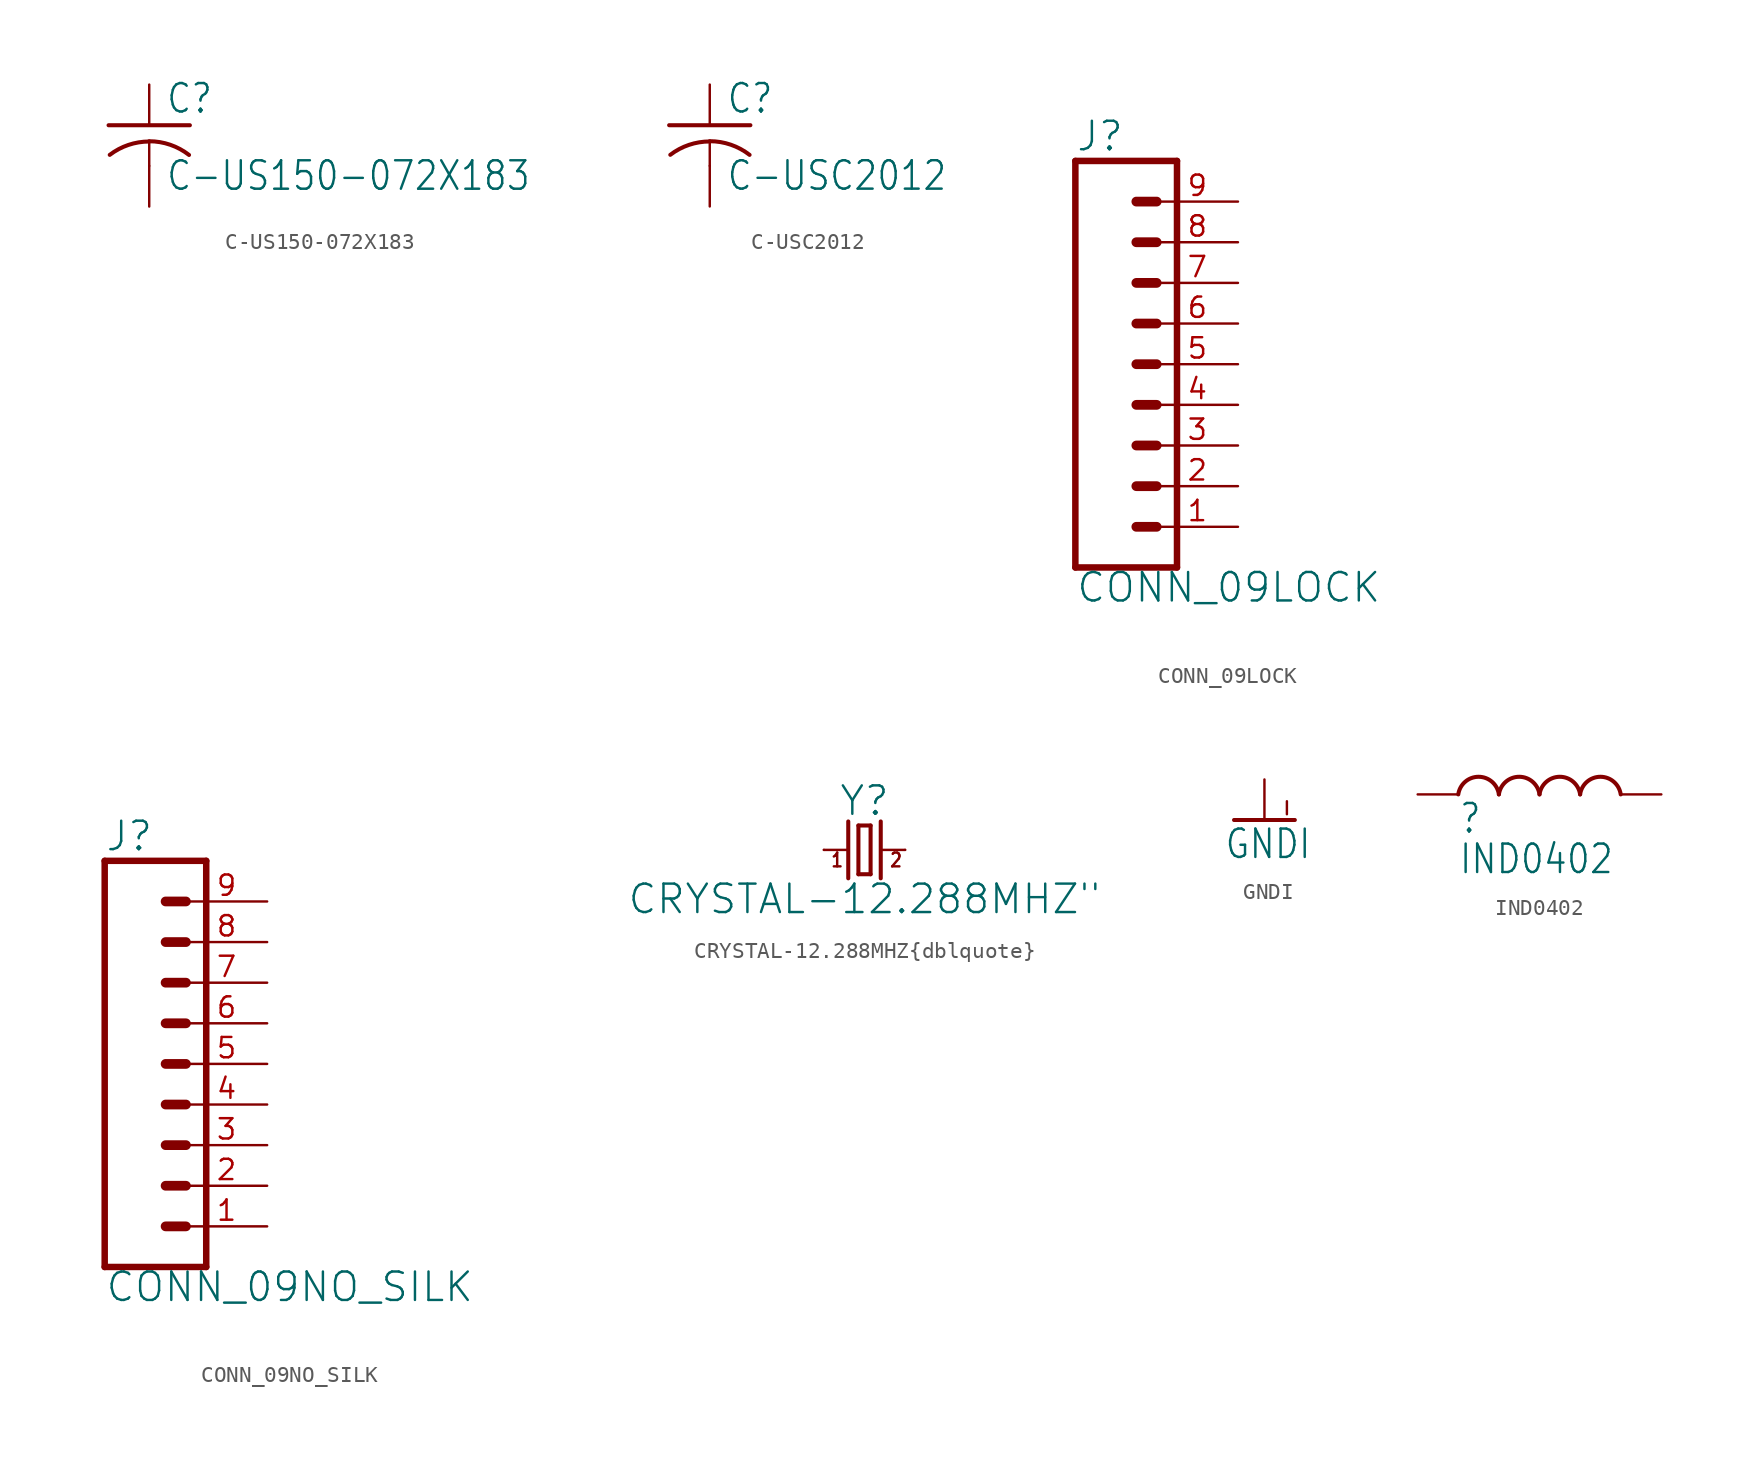
<source format=kicad_sym>
(kicad_symbol_lib
  (version 20220331)
  (generator kicad_symbol_editor)
  (symbol "C-US150-072X183"
    (property "Reference" "C"
      (at 1.016 0.635 0)
      (effects (font (size 1.778 1.511)) (justify left bottom)))
    (property "Value" "C-US150-072X183"
      (at 1.016 -4.191 0)
      (effects (font (size 1.778 1.511)) (justify left bottom)))
    (property "ki_locked" ""
      (at 0 0 0)
      (effects (font (size 1.27 1.27))))
    (symbol "C-US150-072X183_1_0"
      (arc (start 0 -1.0161) (mid -1.302 -1.2303) (end -2.4668 -1.8504) (stroke (width 0.254) (type solid)) (fill (type none)))
      (polyline (pts (xy -2.54 0) (xy 2.54 0)) (stroke (width 0.254) (type solid)) (fill (type none)))
      (polyline (pts (xy 0 -1.016) (xy 0 -2.54)) (stroke (width 0.152) (type solid)) (fill (type none)))
      (arc (start 2.4892 -1.8542) (mid 1.3158 -1.2195) (end 0 -1) (stroke (width 0.254) (type solid)) (fill (type none)))
      (pin passive line (at 0 2.54 270) (length 2.54) (name "1" (effects (font (size 0 0)))) (number "1" (effects (font (size 0 0)))))
      (pin passive line (at 0 -5.08 90) (length 2.54) (name "2" (effects (font (size 0 0)))) (number "2" (effects (font (size 0 0)))))))
  (symbol "C-USC2012"
    (property "Reference" "C"
      (at 1.016 0.635 0)
      (effects (font (size 1.778 1.511)) (justify left bottom)))
    (property "Value" "C-USC2012"
      (at 1.016 -4.191 0)
      (effects (font (size 1.778 1.511)) (justify left bottom)))
    (property "ki_locked" ""
      (at 0 0 0)
      (effects (font (size 1.27 1.27))))
    (symbol "C-USC2012_1_0"
      (arc (start 0 -1.0161) (mid -1.302 -1.2303) (end -2.4668 -1.8504) (stroke (width 0.254) (type solid)) (fill (type none)))
      (polyline (pts (xy -2.54 0) (xy 2.54 0)) (stroke (width 0.254) (type solid)) (fill (type none)))
      (polyline (pts (xy 0 -1.016) (xy 0 -2.54)) (stroke (width 0.152) (type solid)) (fill (type none)))
      (arc (start 2.4892 -1.8542) (mid 1.3158 -1.2195) (end 0 -1) (stroke (width 0.254) (type solid)) (fill (type none)))
      (pin passive line (at 0 2.54 270) (length 2.54) (name "1" (effects (font (size 0 0)))) (number "1" (effects (font (size 0 0)))))
      (pin passive line (at 0 -5.08 90) (length 2.54) (name "2" (effects (font (size 0 0)))) (number "2" (effects (font (size 0 0)))))))
  (symbol "CONN_09LOCK"
    (property "Reference" "J"
      (at 0 13.208 0)
      (effects (font (size 1.778 1.778)) (justify left bottom)))
    (property "Value" "CONN_09LOCK"
      (at 0 -14.986 0)
      (effects (font (size 1.778 1.778)) (justify left bottom)))
    (property "ki_locked" ""
      (at 0 0 0)
      (effects (font (size 1.27 1.27))))
    (symbol "CONN_09LOCK_1_0"
      (polyline (pts (xy 0 12.7) (xy 0 -12.7)) (stroke (width 0.406) (type solid)) (fill (type none)))
      (polyline (pts (xy 0 12.7) (xy 6.35 12.7)) (stroke (width 0.406) (type solid)) (fill (type none)))
      (polyline (pts (xy 3.81 -10.16) (xy 5.08 -10.16)) (stroke (width 0.61) (type solid)) (fill (type none)))
      (polyline (pts (xy 3.81 -7.62) (xy 5.08 -7.62)) (stroke (width 0.61) (type solid)) (fill (type none)))
      (polyline (pts (xy 3.81 -5.08) (xy 5.08 -5.08)) (stroke (width 0.61) (type solid)) (fill (type none)))
      (polyline (pts (xy 3.81 -2.54) (xy 5.08 -2.54)) (stroke (width 0.61) (type solid)) (fill (type none)))
      (polyline (pts (xy 3.81 0) (xy 5.08 0)) (stroke (width 0.61) (type solid)) (fill (type none)))
      (polyline (pts (xy 3.81 2.54) (xy 5.08 2.54)) (stroke (width 0.61) (type solid)) (fill (type none)))
      (polyline (pts (xy 3.81 5.08) (xy 5.08 5.08)) (stroke (width 0.61) (type solid)) (fill (type none)))
      (polyline (pts (xy 3.81 7.62) (xy 5.08 7.62)) (stroke (width 0.61) (type solid)) (fill (type none)))
      (polyline (pts (xy 3.81 10.16) (xy 5.08 10.16)) (stroke (width 0.61) (type solid)) (fill (type none)))
      (polyline (pts (xy 6.35 -12.7) (xy 0 -12.7)) (stroke (width 0.406) (type solid)) (fill (type none)))
      (polyline (pts (xy 6.35 -12.7) (xy 6.35 12.7)) (stroke (width 0.406) (type solid)) (fill (type none)))
      (pin passive line (at 10.16 -10.16 180) (length 5.08) (name "1" (effects (font (size 0 0)))) (number "1" (effects (font (size 1.27 1.27)))))
      (pin passive line (at 10.16 -7.62 180) (length 5.08) (name "2" (effects (font (size 0 0)))) (number "2" (effects (font (size 1.27 1.27)))))
      (pin passive line (at 10.16 -5.08 180) (length 5.08) (name "3" (effects (font (size 0 0)))) (number "3" (effects (font (size 1.27 1.27)))))
      (pin passive line (at 10.16 -2.54 180) (length 5.08) (name "4" (effects (font (size 0 0)))) (number "4" (effects (font (size 1.27 1.27)))))
      (pin passive line (at 10.16 0 180) (length 5.08) (name "5" (effects (font (size 0 0)))) (number "5" (effects (font (size 1.27 1.27)))))
      (pin passive line (at 10.16 2.54 180) (length 5.08) (name "6" (effects (font (size 0 0)))) (number "6" (effects (font (size 1.27 1.27)))))
      (pin passive line (at 10.16 5.08 180) (length 5.08) (name "7" (effects (font (size 0 0)))) (number "7" (effects (font (size 1.27 1.27)))))
      (pin passive line (at 10.16 7.62 180) (length 5.08) (name "8" (effects (font (size 0 0)))) (number "8" (effects (font (size 1.27 1.27)))))
      (pin passive line (at 10.16 10.16 180) (length 5.08) (name "9" (effects (font (size 0 0)))) (number "9" (effects (font (size 1.27 1.27)))))))
  (symbol "CONN_09NO_SILK"
    (property "Reference" "J"
      (at 0 13.208 0)
      (effects (font (size 1.778 1.778)) (justify left bottom)))
    (property "Value" "CONN_09NO_SILK"
      (at 0 -14.986 0)
      (effects (font (size 1.778 1.778)) (justify left bottom)))
    (property "ki_locked" ""
      (at 0 0 0)
      (effects (font (size 1.27 1.27))))
    (symbol "CONN_09NO_SILK_1_0"
      (polyline (pts (xy 0 12.7) (xy 0 -12.7)) (stroke (width 0.406) (type solid)) (fill (type none)))
      (polyline (pts (xy 0 12.7) (xy 6.35 12.7)) (stroke (width 0.406) (type solid)) (fill (type none)))
      (polyline (pts (xy 3.81 -10.16) (xy 5.08 -10.16)) (stroke (width 0.61) (type solid)) (fill (type none)))
      (polyline (pts (xy 3.81 -7.62) (xy 5.08 -7.62)) (stroke (width 0.61) (type solid)) (fill (type none)))
      (polyline (pts (xy 3.81 -5.08) (xy 5.08 -5.08)) (stroke (width 0.61) (type solid)) (fill (type none)))
      (polyline (pts (xy 3.81 -2.54) (xy 5.08 -2.54)) (stroke (width 0.61) (type solid)) (fill (type none)))
      (polyline (pts (xy 3.81 0) (xy 5.08 0)) (stroke (width 0.61) (type solid)) (fill (type none)))
      (polyline (pts (xy 3.81 2.54) (xy 5.08 2.54)) (stroke (width 0.61) (type solid)) (fill (type none)))
      (polyline (pts (xy 3.81 5.08) (xy 5.08 5.08)) (stroke (width 0.61) (type solid)) (fill (type none)))
      (polyline (pts (xy 3.81 7.62) (xy 5.08 7.62)) (stroke (width 0.61) (type solid)) (fill (type none)))
      (polyline (pts (xy 3.81 10.16) (xy 5.08 10.16)) (stroke (width 0.61) (type solid)) (fill (type none)))
      (polyline (pts (xy 6.35 -12.7) (xy 0 -12.7)) (stroke (width 0.406) (type solid)) (fill (type none)))
      (polyline (pts (xy 6.35 -12.7) (xy 6.35 12.7)) (stroke (width 0.406) (type solid)) (fill (type none)))
      (pin passive line (at 10.16 -10.16 180) (length 5.08) (name "1" (effects (font (size 0 0)))) (number "1" (effects (font (size 1.27 1.27)))))
      (pin passive line (at 10.16 -7.62 180) (length 5.08) (name "2" (effects (font (size 0 0)))) (number "2" (effects (font (size 1.27 1.27)))))
      (pin passive line (at 10.16 -5.08 180) (length 5.08) (name "3" (effects (font (size 0 0)))) (number "3" (effects (font (size 1.27 1.27)))))
      (pin passive line (at 10.16 -2.54 180) (length 5.08) (name "4" (effects (font (size 0 0)))) (number "4" (effects (font (size 1.27 1.27)))))
      (pin passive line (at 10.16 0 180) (length 5.08) (name "5" (effects (font (size 0 0)))) (number "5" (effects (font (size 1.27 1.27)))))
      (pin passive line (at 10.16 2.54 180) (length 5.08) (name "6" (effects (font (size 0 0)))) (number "6" (effects (font (size 1.27 1.27)))))
      (pin passive line (at 10.16 5.08 180) (length 5.08) (name "7" (effects (font (size 0 0)))) (number "7" (effects (font (size 1.27 1.27)))))
      (pin passive line (at 10.16 7.62 180) (length 5.08) (name "8" (effects (font (size 0 0)))) (number "8" (effects (font (size 1.27 1.27)))))
      (pin passive line (at 10.16 10.16 180) (length 5.08) (name "9" (effects (font (size 0 0)))) (number "9" (effects (font (size 1.27 1.27)))))))
  (symbol "CRYSTAL-12.288MHZ{dblquote}"
    (property "Reference" "Y"
      (at 0 2.032 0)
      (effects (font (size 1.778 1.778)) (justify bottom)))
    (property "Value" "CRYSTAL-12.288MHZ{dblquote}"
      (at 0 -2.032 0)
      (effects (font (size 1.778 1.778)) (justify top)))
    (property "ki_locked" ""
      (at 0 0 0)
      (effects (font (size 1.27 1.27))))
    (symbol "CRYSTAL-12.288MHZ{dblquote}_1_0"
      (polyline (pts (xy -2.54 0) (xy -1.016 0)) (stroke (width 0.152) (type solid)) (fill (type none)))
      (polyline (pts (xy -1.016 1.778) (xy -1.016 -1.778)) (stroke (width 0.254) (type solid)) (fill (type none)))
      (polyline (pts (xy -0.381 -1.524) (xy 0.381 -1.524)) (stroke (width 0.254) (type solid)) (fill (type none)))
      (polyline (pts (xy -0.381 1.524) (xy -0.381 -1.524)) (stroke (width 0.254) (type solid)) (fill (type none)))
      (polyline (pts (xy 0.381 -1.524) (xy 0.381 1.524)) (stroke (width 0.254) (type solid)) (fill (type none)))
      (polyline (pts (xy 0.381 1.524) (xy -0.381 1.524)) (stroke (width 0.254) (type solid)) (fill (type none)))
      (polyline (pts (xy 1.016 0) (xy 2.54 0)) (stroke (width 0.152) (type solid)) (fill (type none)))
      (polyline (pts (xy 1.016 1.778) (xy 1.016 -1.778)) (stroke (width 0.254) (type solid)) (fill (type none)))
      (text "1" (at -2.159 -1.143 0) (effects (font (size 0.864 0.734)) (justify left bottom)))
      (text "2" (at 1.524 -1.143 0) (effects (font (size 0.864 0.734)) (justify left bottom)))
      (pin passive line (at -2.54 0 0) (length 0) (name "1" (effects (font (size 0 0)))) (number "1" (effects (font (size 0 0)))))
      (pin passive line (at 2.54 0 180) (length 0) (name "2" (effects (font (size 0 0)))) (number "3" (effects (font (size 0 0)))))))
  (symbol "GNDI"
    (power)
    (property "Reference" "#GNDI"
      (at 0 0 0)
      (effects (font (size 1.27 1.27)) hide))
    (property "Value" "GNDI"
      (at -2.54 -2.54 0)
      (effects (font (size 1.778 1.511)) (justify left bottom)))
    (property "ki_locked" ""
      (at 0 0 0)
      (effects (font (size 1.27 1.27))))
    (symbol "GNDI_1_0"
      (polyline (pts (xy -1.905 0) (xy 1.905 0)) (stroke (width 0.254) (type solid)) (fill (type none)))
      (text "I" (at 1.143 0.254 0) (effects (font (size 0.813 0.691)) (justify left bottom)))
      (pin power_in line (at 0 2.54 270) (length 2.54) (name "GNDI" (effects (font (size 0 0)))) (number "1" (effects (font (size 0 0)))))))
  (symbol "IND0402"
    (property "Reference" ""
      (at 0 -2.54 0)
      (effects (font (size 1.778 1.511)) (justify left bottom)))
    (property "Value" "IND0402"
      (at 0 -5.08 0)
      (effects (font (size 1.778 1.511)) (justify left bottom)))
    (property "ki_locked" ""
      (at 0 0 0)
      (effects (font (size 1.27 1.27))))
    (symbol "IND0402_1_0"
      (arc (start 2.54 0) (mid 1.27 1.1015) (end 0 0) (stroke (width 0.254) (type solid)) (fill (type none)))
      (arc (start 5.08 0) (mid 3.81 1.1015) (end 2.54 0) (stroke (width 0.254) (type solid)) (fill (type none)))
      (arc (start 7.62 0) (mid 6.35 1.1015) (end 5.08 0) (stroke (width 0.254) (type solid)) (fill (type none)))
      (arc (start 10.16 0) (mid 8.89 1.1015) (end 7.62 0) (stroke (width 0.254) (type solid)) (fill (type none)))
      (pin bidirectional line (at -2.54 0 0) (length 2.54) (name "1" (effects (font (size 0 0)))) (number "1" (effects (font (size 0 0)))))
      (pin bidirectional line (at 12.7 0 180) (length 2.54) (name "2" (effects (font (size 0 0)))) (number "2" (effects (font (size 0 0))))))))
</source>
